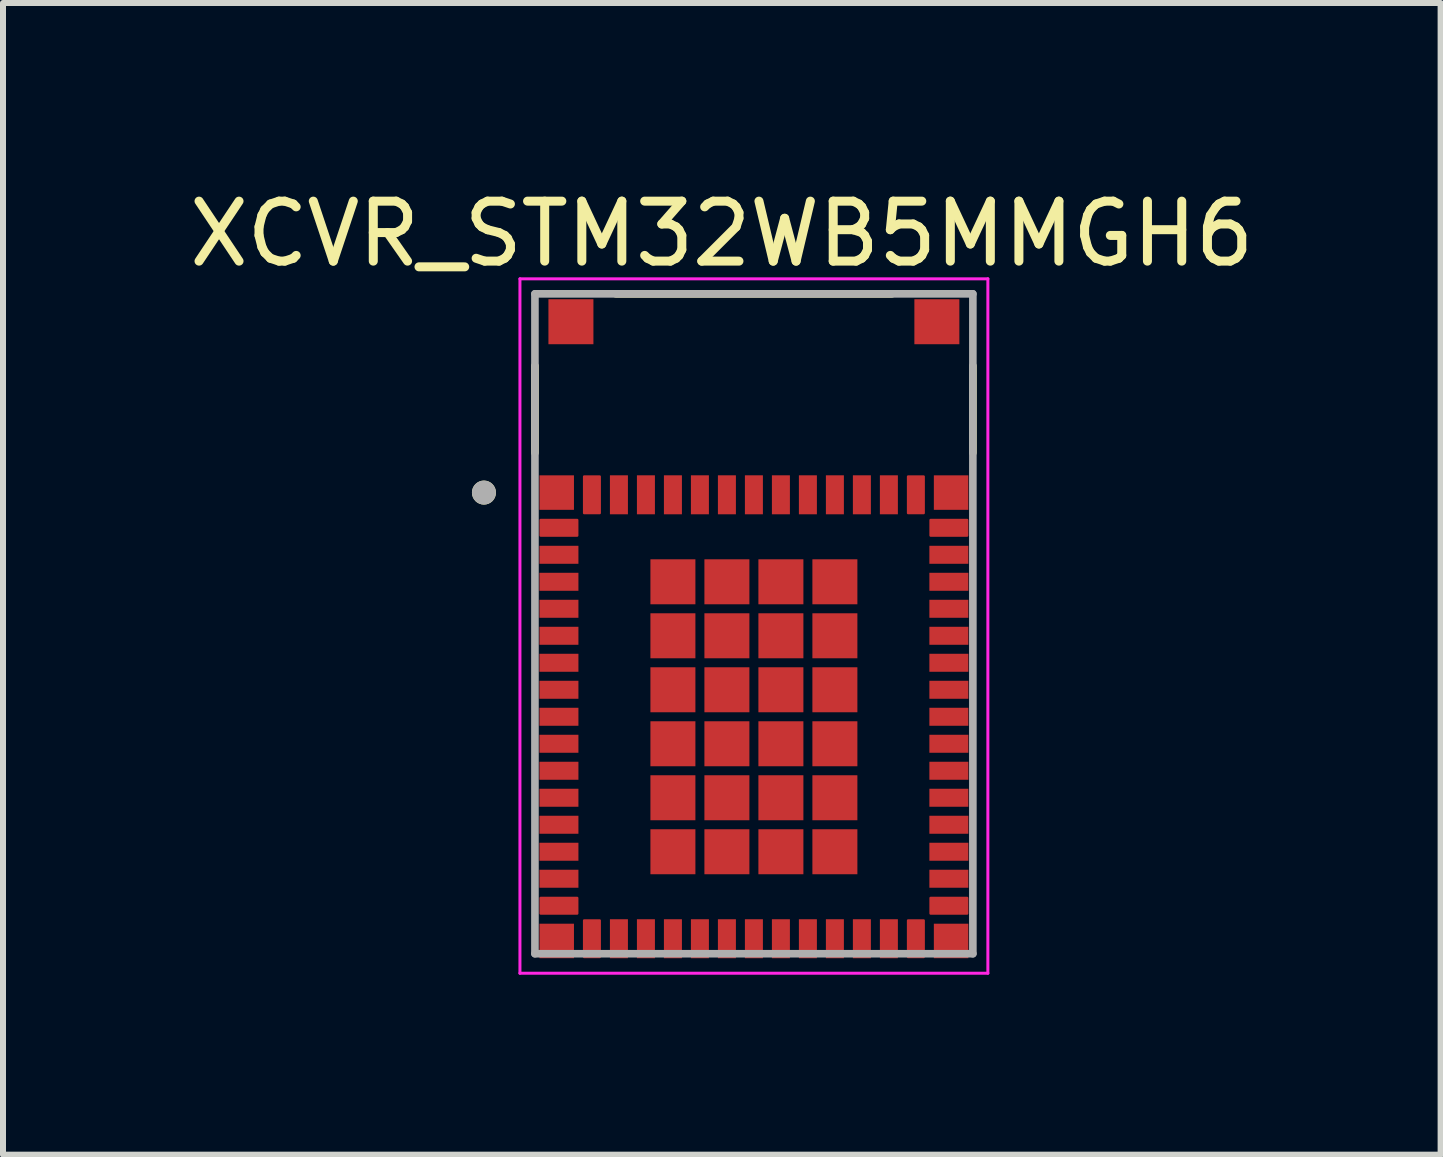
<source format=kicad_pcb>
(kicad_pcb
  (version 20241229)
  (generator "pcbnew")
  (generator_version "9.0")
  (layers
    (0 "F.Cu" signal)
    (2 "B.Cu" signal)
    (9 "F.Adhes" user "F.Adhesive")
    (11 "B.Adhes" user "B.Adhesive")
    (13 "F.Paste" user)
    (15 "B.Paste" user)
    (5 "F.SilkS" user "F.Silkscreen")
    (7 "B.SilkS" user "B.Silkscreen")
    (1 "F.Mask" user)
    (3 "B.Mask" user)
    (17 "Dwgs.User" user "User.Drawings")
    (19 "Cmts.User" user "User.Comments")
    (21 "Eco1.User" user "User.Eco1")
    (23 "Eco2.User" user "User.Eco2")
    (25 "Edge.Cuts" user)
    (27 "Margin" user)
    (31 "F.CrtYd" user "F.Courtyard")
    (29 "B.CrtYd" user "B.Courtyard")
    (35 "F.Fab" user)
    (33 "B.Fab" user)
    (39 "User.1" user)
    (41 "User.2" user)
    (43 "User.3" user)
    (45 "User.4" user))
  (footprint "XCVR_STM32WB5MMGH6"
    (layer "F.Cu")
    (at 9.517 7.348)
    (property "Reference" "XCVR_STM32WB5MMGH6" (at -0.535 -6.5 0) (layer "F.SilkS") (effects (font (size 1 1) (thickness 0.15))))
    (attr smd)
    (fp_poly (pts (xy -3.625 -1.35) (xy -2.875 -1.35) (xy -2.875 -0.95) (xy -3.625 -0.95)) (stroke (width 0.01) (type solid)) (fill yes) (layer "F.Mask"))
    (fp_poly (pts (xy -3.625 -0.9) (xy -2.875 -0.9) (xy -2.875 -0.5) (xy -3.625 -0.5)) (stroke (width 0.01) (type solid)) (fill yes) (layer "F.Mask"))
    (fp_poly (pts (xy -3.625 -0.45) (xy -2.875 -0.45) (xy -2.875 -0.05) (xy -3.625 -0.05)) (stroke (width 0.01) (type solid)) (fill yes) (layer "F.Mask"))
    (fp_poly (pts (xy -3.625 0) (xy -2.875 0) (xy -2.875 0.4) (xy -3.625 0.4)) (stroke (width 0.01) (type solid)) (fill yes) (layer "F.Mask"))
    (fp_poly (pts (xy -3.625 0.45) (xy -2.875 0.45) (xy -2.875 0.85) (xy -3.625 0.85)) (stroke (width 0.01) (type solid)) (fill yes) (layer "F.Mask"))
    (fp_poly (pts (xy -3.625 0.9) (xy -2.875 0.9) (xy -2.875 1.3) (xy -3.625 1.3)) (stroke (width 0.01) (type solid)) (fill yes) (layer "F.Mask"))
    (fp_poly (pts (xy -3.625 1.35) (xy -2.875 1.35) (xy -2.875 1.75) (xy -3.625 1.75)) (stroke (width 0.01) (type solid)) (fill yes) (layer "F.Mask"))
    (fp_poly (pts (xy -3.625 1.8) (xy -2.875 1.8) (xy -2.875 2.2) (xy -3.625 2.2)) (stroke (width 0.01) (type solid)) (fill yes) (layer "F.Mask"))
    (fp_poly (pts (xy -3.625 2.25) (xy -2.875 2.25) (xy -2.875 2.65) (xy -3.625 2.65)) (stroke (width 0.01) (type solid)) (fill yes) (layer "F.Mask"))
    (fp_poly (pts (xy -3.625 2.7) (xy -2.875 2.7) (xy -2.875 3.1) (xy -3.625 3.1)) (stroke (width 0.01) (type solid)) (fill yes) (layer "F.Mask"))
    (fp_poly (pts (xy -3.625 3.15) (xy -2.875 3.15) (xy -2.875 3.55) (xy -3.625 3.55)) (stroke (width 0.01) (type solid)) (fill yes) (layer "F.Mask"))
    (fp_poly (pts (xy -3.625 3.6) (xy -2.875 3.6) (xy -2.875 4) (xy -3.625 4)) (stroke (width 0.01) (type solid)) (fill yes) (layer "F.Mask"))
    (fp_poly (pts (xy -3.625 4.05) (xy -2.875 4.05) (xy -2.875 4.45) (xy -3.625 4.45)) (stroke (width 0.01) (type solid)) (fill yes) (layer "F.Mask"))
    (fp_poly (pts (xy -3.624 -2.525) (xy -2.95 -2.525) (xy -2.95 -1.849) (xy -3.624 -1.849)) (stroke (width 0.01) (type solid)) (fill yes) (layer "F.Mask"))
    (fp_poly (pts (xy -3.624 4.949) (xy -2.95 4.949) (xy -2.95 5.625) (xy -3.624 5.625)) (stroke (width 0.01) (type solid)) (fill yes) (layer "F.Mask"))
    (fp_poly (pts (xy -2.45 -2.525) (xy -2.05 -2.525) (xy -2.05 -1.775) (xy -2.45 -1.775)) (stroke (width 0.01) (type solid)) (fill yes) (layer "F.Mask"))
    (fp_poly (pts (xy -2.45 4.875) (xy -2.05 4.875) (xy -2.05 5.625) (xy -2.45 5.625)) (stroke (width 0.01) (type solid)) (fill yes) (layer "F.Mask"))
    (fp_poly (pts (xy -2 -2.525) (xy -1.6 -2.525) (xy -1.6 -1.775) (xy -2 -1.775)) (stroke (width 0.01) (type solid)) (fill yes) (layer "F.Mask"))
    (fp_poly (pts (xy -2 4.875) (xy -1.6 4.875) (xy -1.6 5.625) (xy -2 5.625)) (stroke (width 0.01) (type solid)) (fill yes) (layer "F.Mask"))
    (fp_poly (pts (xy -1.775 -1.125) (xy -0.925 -1.125) (xy -0.925 -0.275) (xy -1.775 -0.275)) (stroke (width 0.01) (type solid)) (fill yes) (layer "F.Mask"))
    (fp_poly (pts (xy -1.775 -0.225) (xy -0.925 -0.225) (xy -0.925 0.625) (xy -1.775 0.625)) (stroke (width 0.01) (type solid)) (fill yes) (layer "F.Mask"))
    (fp_poly (pts (xy -1.775 0.675) (xy -0.925 0.675) (xy -0.925 1.525) (xy -1.775 1.525)) (stroke (width 0.01) (type solid)) (fill yes) (layer "F.Mask"))
    (fp_poly (pts (xy -1.775 1.575) (xy -0.925 1.575) (xy -0.925 2.425) (xy -1.775 2.425)) (stroke (width 0.01) (type solid)) (fill yes) (layer "F.Mask"))
    (fp_poly (pts (xy -1.775 2.475) (xy -0.925 2.475) (xy -0.925 3.325) (xy -1.775 3.325)) (stroke (width 0.01) (type solid)) (fill yes) (layer "F.Mask"))
    (fp_poly (pts (xy -1.775 3.375) (xy -0.925 3.375) (xy -0.925 4.225) (xy -1.775 4.225)) (stroke (width 0.01) (type solid)) (fill yes) (layer "F.Mask"))
    (fp_poly (pts (xy -1.55 -2.525) (xy -1.15 -2.525) (xy -1.15 -1.775) (xy -1.55 -1.775)) (stroke (width 0.01) (type solid)) (fill yes) (layer "F.Mask"))
    (fp_poly (pts (xy -1.55 4.875) (xy -1.15 4.875) (xy -1.15 5.625) (xy -1.55 5.625)) (stroke (width 0.01) (type solid)) (fill yes) (layer "F.Mask"))
    (fp_poly (pts (xy -1.1 -2.525) (xy -0.7 -2.525) (xy -0.7 -1.775) (xy -1.1 -1.775)) (stroke (width 0.01) (type solid)) (fill yes) (layer "F.Mask"))
    (fp_poly (pts (xy -1.1 4.875) (xy -0.7 4.875) (xy -0.7 5.625) (xy -1.1 5.625)) (stroke (width 0.01) (type solid)) (fill yes) (layer "F.Mask"))
    (fp_poly (pts (xy -0.875 -1.125) (xy -0.025 -1.125) (xy -0.025 -0.275) (xy -0.875 -0.275)) (stroke (width 0.01) (type solid)) (fill yes) (layer "F.Mask"))
    (fp_poly (pts (xy -0.875 -0.225) (xy -0.025 -0.225) (xy -0.025 0.625) (xy -0.875 0.625)) (stroke (width 0.01) (type solid)) (fill yes) (layer "F.Mask"))
    (fp_poly (pts (xy -0.875 0.675) (xy -0.025 0.675) (xy -0.025 1.525) (xy -0.875 1.525)) (stroke (width 0.01) (type solid)) (fill yes) (layer "F.Mask"))
    (fp_poly (pts (xy -0.875 1.575) (xy -0.025 1.575) (xy -0.025 2.425) (xy -0.875 2.425)) (stroke (width 0.01) (type solid)) (fill yes) (layer "F.Mask"))
    (fp_poly (pts (xy -0.875 2.475) (xy -0.025 2.475) (xy -0.025 3.325) (xy -0.875 3.325)) (stroke (width 0.01) (type solid)) (fill yes) (layer "F.Mask"))
    (fp_poly (pts (xy -0.875 3.375) (xy -0.025 3.375) (xy -0.025 4.225) (xy -0.875 4.225)) (stroke (width 0.01) (type solid)) (fill yes) (layer "F.Mask"))
    (fp_poly (pts (xy -0.65 -2.525) (xy -0.25 -2.525) (xy -0.25 -1.775) (xy -0.65 -1.775)) (stroke (width 0.01) (type solid)) (fill yes) (layer "F.Mask"))
    (fp_poly (pts (xy -0.65 4.875) (xy -0.25 4.875) (xy -0.25 5.625) (xy -0.65 5.625)) (stroke (width 0.01) (type solid)) (fill yes) (layer "F.Mask"))
    (fp_poly (pts (xy -0.2 -2.525) (xy 0.2 -2.525) (xy 0.2 -1.775) (xy -0.2 -1.775)) (stroke (width 0.01) (type solid)) (fill yes) (layer "F.Mask"))
    (fp_poly (pts (xy -0.2 4.875) (xy 0.2 4.875) (xy 0.2 5.625) (xy -0.2 5.625)) (stroke (width 0.01) (type solid)) (fill yes) (layer "F.Mask"))
    (fp_poly (pts (xy 0.025 -1.125) (xy 0.875 -1.125) (xy 0.875 -0.275) (xy 0.025 -0.275)) (stroke (width 0.01) (type solid)) (fill yes) (layer "F.Mask"))
    (fp_poly (pts (xy 0.025 -0.225) (xy 0.875 -0.225) (xy 0.875 0.625) (xy 0.025 0.625)) (stroke (width 0.01) (type solid)) (fill yes) (layer "F.Mask"))
    (fp_poly (pts (xy 0.025 0.675) (xy 0.875 0.675) (xy 0.875 1.525) (xy 0.025 1.525)) (stroke (width 0.01) (type solid)) (fill yes) (layer "F.Mask"))
    (fp_poly (pts (xy 0.025 1.575) (xy 0.875 1.575) (xy 0.875 2.425) (xy 0.025 2.425)) (stroke (width 0.01) (type solid)) (fill yes) (layer "F.Mask"))
    (fp_poly (pts (xy 0.025 2.475) (xy 0.875 2.475) (xy 0.875 3.325) (xy 0.025 3.325)) (stroke (width 0.01) (type solid)) (fill yes) (layer "F.Mask"))
    (fp_poly (pts (xy 0.025 3.375) (xy 0.875 3.375) (xy 0.875 4.225) (xy 0.025 4.225)) (stroke (width 0.01) (type solid)) (fill yes) (layer "F.Mask"))
    (fp_poly (pts (xy 0.25 -2.525) (xy 0.65 -2.525) (xy 0.65 -1.775) (xy 0.25 -1.775)) (stroke (width 0.01) (type solid)) (fill yes) (layer "F.Mask"))
    (fp_poly (pts (xy 0.25 4.875) (xy 0.65 4.875) (xy 0.65 5.625) (xy 0.25 5.625)) (stroke (width 0.01) (type solid)) (fill yes) (layer "F.Mask"))
    (fp_poly (pts (xy 0.7 -2.525) (xy 1.1 -2.525) (xy 1.1 -1.775) (xy 0.7 -1.775)) (stroke (width 0.01) (type solid)) (fill yes) (layer "F.Mask"))
    (fp_poly (pts (xy 0.7 4.875) (xy 1.1 4.875) (xy 1.1 5.625) (xy 0.7 5.625)) (stroke (width 0.01) (type solid)) (fill yes) (layer "F.Mask"))
    (fp_poly (pts (xy 0.925 -1.125) (xy 1.775 -1.125) (xy 1.775 -0.275) (xy 0.925 -0.275)) (stroke (width 0.01) (type solid)) (fill yes) (layer "F.Mask"))
    (fp_poly (pts (xy 0.925 -0.225) (xy 1.775 -0.225) (xy 1.775 0.625) (xy 0.925 0.625)) (stroke (width 0.01) (type solid)) (fill yes) (layer "F.Mask"))
    (fp_poly (pts (xy 0.925 0.675) (xy 1.775 0.675) (xy 1.775 1.525) (xy 0.925 1.525)) (stroke (width 0.01) (type solid)) (fill yes) (layer "F.Mask"))
    (fp_poly (pts (xy 0.925 1.575) (xy 1.775 1.575) (xy 1.775 2.425) (xy 0.925 2.425)) (stroke (width 0.01) (type solid)) (fill yes) (layer "F.Mask"))
    (fp_poly (pts (xy 0.925 2.475) (xy 1.775 2.475) (xy 1.775 3.325) (xy 0.925 3.325)) (stroke (width 0.01) (type solid)) (fill yes) (layer "F.Mask"))
    (fp_poly (pts (xy 0.925 3.375) (xy 1.775 3.375) (xy 1.775 4.225) (xy 0.925 4.225)) (stroke (width 0.01) (type solid)) (fill yes) (layer "F.Mask"))
    (fp_poly (pts (xy 1.15 -2.525) (xy 1.55 -2.525) (xy 1.55 -1.775) (xy 1.15 -1.775)) (stroke (width 0.01) (type solid)) (fill yes) (layer "F.Mask"))
    (fp_poly (pts (xy 1.15 4.875) (xy 1.55 4.875) (xy 1.55 5.625) (xy 1.15 5.625)) (stroke (width 0.01) (type solid)) (fill yes) (layer "F.Mask"))
    (fp_poly (pts (xy 1.6 -2.525) (xy 2 -2.525) (xy 2 -1.775) (xy 1.6 -1.775)) (stroke (width 0.01) (type solid)) (fill yes) (layer "F.Mask"))
    (fp_poly (pts (xy 1.6 4.875) (xy 2 4.875) (xy 2 5.625) (xy 1.6 5.625)) (stroke (width 0.01) (type solid)) (fill yes) (layer "F.Mask"))
    (fp_poly (pts (xy 2.05 -2.525) (xy 2.45 -2.525) (xy 2.45 -1.775) (xy 2.05 -1.775)) (stroke (width 0.01) (type solid)) (fill yes) (layer "F.Mask"))
    (fp_poly (pts (xy 2.05 4.875) (xy 2.45 4.875) (xy 2.45 5.625) (xy 2.05 5.625)) (stroke (width 0.01) (type solid)) (fill yes) (layer "F.Mask"))
    (fp_poly (pts (xy 2.875 -1.35) (xy 3.625 -1.35) (xy 3.625 -0.95) (xy 2.875 -0.95)) (stroke (width 0.01) (type solid)) (fill yes) (layer "F.Mask"))
    (fp_poly (pts (xy 2.875 -0.9) (xy 3.625 -0.9) (xy 3.625 -0.5) (xy 2.875 -0.5)) (stroke (width 0.01) (type solid)) (fill yes) (layer "F.Mask"))
    (fp_poly (pts (xy 2.875 -0.45) (xy 3.625 -0.45) (xy 3.625 -0.05) (xy 2.875 -0.05)) (stroke (width 0.01) (type solid)) (fill yes) (layer "F.Mask"))
    (fp_poly (pts (xy 2.875 0) (xy 3.625 0) (xy 3.625 0.4) (xy 2.875 0.4)) (stroke (width 0.01) (type solid)) (fill yes) (layer "F.Mask"))
    (fp_poly (pts (xy 2.875 0.45) (xy 3.625 0.45) (xy 3.625 0.85) (xy 2.875 0.85)) (stroke (width 0.01) (type solid)) (fill yes) (layer "F.Mask"))
    (fp_poly (pts (xy 2.875 0.9) (xy 3.625 0.9) (xy 3.625 1.3) (xy 2.875 1.3)) (stroke (width 0.01) (type solid)) (fill yes) (layer "F.Mask"))
    (fp_poly (pts (xy 2.875 1.35) (xy 3.625 1.35) (xy 3.625 1.75) (xy 2.875 1.75)) (stroke (width 0.01) (type solid)) (fill yes) (layer "F.Mask"))
    (fp_poly (pts (xy 2.875 1.8) (xy 3.625 1.8) (xy 3.625 2.2) (xy 2.875 2.2)) (stroke (width 0.01) (type solid)) (fill yes) (layer "F.Mask"))
    (fp_poly (pts (xy 2.875 2.25) (xy 3.625 2.25) (xy 3.625 2.65) (xy 2.875 2.65)) (stroke (width 0.01) (type solid)) (fill yes) (layer "F.Mask"))
    (fp_poly (pts (xy 2.875 2.7) (xy 3.625 2.7) (xy 3.625 3.1) (xy 2.875 3.1)) (stroke (width 0.01) (type solid)) (fill yes) (layer "F.Mask"))
    (fp_poly (pts (xy 2.875 3.15) (xy 3.625 3.15) (xy 3.625 3.55) (xy 2.875 3.55)) (stroke (width 0.01) (type solid)) (fill yes) (layer "F.Mask"))
    (fp_poly (pts (xy 2.875 3.6) (xy 3.625 3.6) (xy 3.625 4) (xy 2.875 4)) (stroke (width 0.01) (type solid)) (fill yes) (layer "F.Mask"))
    (fp_poly (pts (xy 2.875 4.05) (xy 3.625 4.05) (xy 3.625 4.45) (xy 2.875 4.45)) (stroke (width 0.01) (type solid)) (fill yes) (layer "F.Mask"))
    (fp_poly (pts (xy 2.95 -2.525) (xy 3.624 -2.525) (xy 3.624 -1.849) (xy 2.95 -1.849)) (stroke (width 0.01) (type solid)) (fill yes) (layer "F.Mask"))
    (fp_poly (pts (xy 2.95 4.949) (xy 3.624 4.949) (xy 3.624 5.625) (xy 2.95 5.625)) (stroke (width 0.01) (type solid)) (fill yes) (layer "F.Mask"))
    (fp_poly (pts (xy -3.625 -1.5) (xy -3.625 -1.7) (xy -3.625 -1.705) (xy -3.624 -1.71) (xy -3.624 -1.716) (xy -3.623 -1.721) (xy -3.622 -1.726) (xy -3.62 -1.731) (xy -3.618 -1.736) (xy -3.616 -1.741) (xy -3.614 -1.745) (xy -3.612 -1.75) (xy -3.609 -1.754) (xy -3.606 -1.759) (xy -3.603 -1.763) (xy -3.599 -1.767) (xy -3.596 -1.771) (xy -3.592 -1.774) (xy -3.588 -1.778) (xy -3.584 -1.781) (xy -3.579 -1.784) (xy -3.575 -1.787) (xy -3.57 -1.789) (xy -3.566 -1.791) (xy -3.561 -1.793) (xy -3.556 -1.795) (xy -3.551 -1.797) (xy -3.546 -1.798) (xy -3.541 -1.799) (xy -3.535 -1.799) (xy -3.53 -1.8) (xy -3.525 -1.8) (xy -2.975 -1.8) (xy -2.97 -1.8) (xy -2.965 -1.799) (xy -2.959 -1.799) (xy -2.954 -1.798) (xy -2.949 -1.797) (xy -2.944 -1.795) (xy -2.939 -1.793) (xy -2.934 -1.791) (xy -2.93 -1.789) (xy -2.925 -1.787) (xy -2.921 -1.784) (xy -2.916 -1.781) (xy -2.912 -1.778) (xy -2.908 -1.774) (xy -2.904 -1.771) (xy -2.901 -1.767) (xy -2.897 -1.763) (xy -2.894 -1.759) (xy -2.891 -1.754) (xy -2.888 -1.75) (xy -2.886 -1.745) (xy -2.884 -1.741) (xy -2.882 -1.736) (xy -2.88 -1.731) (xy -2.878 -1.726) (xy -2.877 -1.721) (xy -2.876 -1.716) (xy -2.876 -1.71) (xy -2.875 -1.705) (xy -2.875 -1.7) (xy -2.875 -1.5) (xy -2.875 -1.495) (xy -2.876 -1.49) (xy -2.876 -1.484) (xy -2.877 -1.479) (xy -2.878 -1.474) (xy -2.88 -1.469) (xy -2.882 -1.464) (xy -2.884 -1.459) (xy -2.886 -1.455) (xy -2.888 -1.45) (xy -2.891 -1.446) (xy -2.894 -1.441) (xy -2.897 -1.437) (xy -2.901 -1.433) (xy -2.904 -1.429) (xy -2.908 -1.426) (xy -2.912 -1.422) (xy -2.916 -1.419) (xy -2.921 -1.416) (xy -2.925 -1.413) (xy -2.93 -1.411) (xy -2.934 -1.409) (xy -2.939 -1.407) (xy -2.944 -1.405) (xy -2.949 -1.403) (xy -2.954 -1.402) (xy -2.959 -1.401) (xy -2.965 -1.401) (xy -2.97 -1.4) (xy -2.975 -1.4) (xy -3.525 -1.4) (xy -3.53 -1.4) (xy -3.535 -1.401) (xy -3.541 -1.401) (xy -3.546 -1.402) (xy -3.551 -1.403) (xy -3.556 -1.405) (xy -3.561 -1.407) (xy -3.566 -1.409) (xy -3.57 -1.411) (xy -3.575 -1.413) (xy -3.579 -1.416) (xy -3.584 -1.419) (xy -3.588 -1.422) (xy -3.592 -1.426) (xy -3.596 -1.429) (xy -3.599 -1.433) (xy -3.603 -1.437) (xy -3.606 -1.441) (xy -3.609 -1.446) (xy -3.612 -1.45) (xy -3.614 -1.455) (xy -3.616 -1.459) (xy -3.618 -1.464) (xy -3.62 -1.469) (xy -3.622 -1.474) (xy -3.623 -1.479) (xy -3.624 -1.484) (xy -3.624 -1.49) (xy -3.625 -1.495) (xy -3.625 -1.5)) (stroke (width 0.01) (type solid)) (fill yes) (layer "F.Mask"))
    (fp_poly (pts (xy -3.625 4.8) (xy -3.625 4.6) (xy -3.625 4.595) (xy -3.624 4.59) (xy -3.624 4.584) (xy -3.623 4.579) (xy -3.622 4.574) (xy -3.62 4.569) (xy -3.618 4.564) (xy -3.616 4.559) (xy -3.614 4.555) (xy -3.612 4.55) (xy -3.609 4.546) (xy -3.606 4.541) (xy -3.603 4.537) (xy -3.599 4.533) (xy -3.596 4.529) (xy -3.592 4.526) (xy -3.588 4.522) (xy -3.584 4.519) (xy -3.579 4.516) (xy -3.575 4.513) (xy -3.57 4.511) (xy -3.566 4.509) (xy -3.561 4.507) (xy -3.556 4.505) (xy -3.551 4.503) (xy -3.546 4.502) (xy -3.541 4.501) (xy -3.535 4.501) (xy -3.53 4.5) (xy -3.525 4.5) (xy -2.975 4.5) (xy -2.97 4.5) (xy -2.965 4.501) (xy -2.959 4.501) (xy -2.954 4.502) (xy -2.949 4.503) (xy -2.944 4.505) (xy -2.939 4.507) (xy -2.934 4.509) (xy -2.93 4.511) (xy -2.925 4.513) (xy -2.921 4.516) (xy -2.916 4.519) (xy -2.912 4.522) (xy -2.908 4.526) (xy -2.904 4.529) (xy -2.901 4.533) (xy -2.897 4.537) (xy -2.894 4.541) (xy -2.891 4.546) (xy -2.888 4.55) (xy -2.886 4.555) (xy -2.884 4.559) (xy -2.882 4.564) (xy -2.88 4.569) (xy -2.878 4.574) (xy -2.877 4.579) (xy -2.876 4.584) (xy -2.876 4.59) (xy -2.875 4.595) (xy -2.875 4.6) (xy -2.875 4.8) (xy -2.875 4.805) (xy -2.876 4.81) (xy -2.876 4.816) (xy -2.877 4.821) (xy -2.878 4.826) (xy -2.88 4.831) (xy -2.882 4.836) (xy -2.884 4.841) (xy -2.886 4.845) (xy -2.888 4.85) (xy -2.891 4.854) (xy -2.894 4.859) (xy -2.897 4.863) (xy -2.901 4.867) (xy -2.904 4.871) (xy -2.908 4.874) (xy -2.912 4.878) (xy -2.916 4.881) (xy -2.921 4.884) (xy -2.925 4.887) (xy -2.93 4.889) (xy -2.934 4.891) (xy -2.939 4.893) (xy -2.944 4.895) (xy -2.949 4.897) (xy -2.954 4.898) (xy -2.959 4.899) (xy -2.965 4.899) (xy -2.97 4.9) (xy -2.975 4.9) (xy -3.525 4.9) (xy -3.53 4.9) (xy -3.535 4.899) (xy -3.541 4.899) (xy -3.546 4.898) (xy -3.551 4.897) (xy -3.556 4.895) (xy -3.561 4.893) (xy -3.566 4.891) (xy -3.57 4.889) (xy -3.575 4.887) (xy -3.579 4.884) (xy -3.584 4.881) (xy -3.588 4.878) (xy -3.592 4.874) (xy -3.596 4.871) (xy -3.599 4.867) (xy -3.603 4.863) (xy -3.606 4.859) (xy -3.609 4.854) (xy -3.612 4.85) (xy -3.614 4.845) (xy -3.616 4.841) (xy -3.618 4.836) (xy -3.62 4.831) (xy -3.622 4.826) (xy -3.623 4.821) (xy -3.624 4.816) (xy -3.624 4.81) (xy -3.625 4.805) (xy -3.625 4.8)) (stroke (width 0.01) (type solid)) (fill yes) (layer "F.Mask"))
    (fp_poly (pts (xy -2.6 -1.775) (xy -2.8 -1.775) (xy -2.805 -1.775) (xy -2.81 -1.776) (xy -2.816 -1.776) (xy -2.821 -1.777) (xy -2.826 -1.778) (xy -2.831 -1.78) (xy -2.836 -1.782) (xy -2.841 -1.784) (xy -2.845 -1.786) (xy -2.85 -1.788) (xy -2.854 -1.791) (xy -2.859 -1.794) (xy -2.863 -1.797) (xy -2.867 -1.801) (xy -2.871 -1.804) (xy -2.874 -1.808) (xy -2.878 -1.812) (xy -2.881 -1.816) (xy -2.884 -1.821) (xy -2.887 -1.825) (xy -2.889 -1.83) (xy -2.891 -1.834) (xy -2.893 -1.839) (xy -2.895 -1.844) (xy -2.897 -1.849) (xy -2.898 -1.854) (xy -2.899 -1.859) (xy -2.899 -1.865) (xy -2.9 -1.87) (xy -2.9 -1.875) (xy -2.9 -2.425) (xy -2.9 -2.43) (xy -2.899 -2.435) (xy -2.899 -2.441) (xy -2.898 -2.446) (xy -2.897 -2.451) (xy -2.895 -2.456) (xy -2.893 -2.461) (xy -2.891 -2.466) (xy -2.889 -2.47) (xy -2.887 -2.475) (xy -2.884 -2.479) (xy -2.881 -2.484) (xy -2.878 -2.488) (xy -2.874 -2.492) (xy -2.871 -2.496) (xy -2.867 -2.499) (xy -2.863 -2.503) (xy -2.859 -2.506) (xy -2.854 -2.509) (xy -2.85 -2.512) (xy -2.845 -2.514) (xy -2.841 -2.516) (xy -2.836 -2.518) (xy -2.831 -2.52) (xy -2.826 -2.522) (xy -2.821 -2.523) (xy -2.816 -2.524) (xy -2.81 -2.524) (xy -2.805 -2.525) (xy -2.8 -2.525) (xy -2.6 -2.525) (xy -2.595 -2.525) (xy -2.59 -2.524) (xy -2.584 -2.524) (xy -2.579 -2.523) (xy -2.574 -2.522) (xy -2.569 -2.52) (xy -2.564 -2.518) (xy -2.559 -2.516) (xy -2.555 -2.514) (xy -2.55 -2.512) (xy -2.546 -2.509) (xy -2.541 -2.506) (xy -2.537 -2.503) (xy -2.533 -2.499) (xy -2.529 -2.496) (xy -2.526 -2.492) (xy -2.522 -2.488) (xy -2.519 -2.484) (xy -2.516 -2.479) (xy -2.513 -2.475) (xy -2.511 -2.47) (xy -2.509 -2.466) (xy -2.507 -2.461) (xy -2.505 -2.456) (xy -2.503 -2.451) (xy -2.502 -2.446) (xy -2.501 -2.441) (xy -2.501 -2.435) (xy -2.5 -2.43) (xy -2.5 -2.425) (xy -2.5 -1.875) (xy -2.5 -1.87) (xy -2.501 -1.865) (xy -2.501 -1.859) (xy -2.502 -1.854) (xy -2.503 -1.849) (xy -2.505 -1.844) (xy -2.507 -1.839) (xy -2.509 -1.834) (xy -2.511 -1.83) (xy -2.513 -1.825) (xy -2.516 -1.821) (xy -2.519 -1.816) (xy -2.522 -1.812) (xy -2.526 -1.808) (xy -2.529 -1.804) (xy -2.533 -1.801) (xy -2.537 -1.797) (xy -2.541 -1.794) (xy -2.546 -1.791) (xy -2.55 -1.788) (xy -2.555 -1.786) (xy -2.559 -1.784) (xy -2.564 -1.782) (xy -2.569 -1.78) (xy -2.574 -1.778) (xy -2.579 -1.777) (xy -2.584 -1.776) (xy -2.59 -1.776) (xy -2.595 -1.775) (xy -2.6 -1.775)) (stroke (width 0.01) (type solid)) (fill yes) (layer "F.Mask"))
    (fp_poly (pts (xy -2.6 5.625) (xy -2.8 5.625) (xy -2.805 5.625) (xy -2.81 5.624) (xy -2.816 5.624) (xy -2.821 5.623) (xy -2.826 5.622) (xy -2.831 5.62) (xy -2.836 5.618) (xy -2.841 5.616) (xy -2.845 5.614) (xy -2.85 5.612) (xy -2.854 5.609) (xy -2.859 5.606) (xy -2.863 5.603) (xy -2.867 5.599) (xy -2.871 5.596) (xy -2.874 5.592) (xy -2.878 5.588) (xy -2.881 5.584) (xy -2.884 5.579) (xy -2.887 5.575) (xy -2.889 5.57) (xy -2.891 5.566) (xy -2.893 5.561) (xy -2.895 5.556) (xy -2.897 5.551) (xy -2.898 5.546) (xy -2.899 5.541) (xy -2.899 5.535) (xy -2.9 5.53) (xy -2.9 5.525) (xy -2.9 4.975) (xy -2.9 4.97) (xy -2.899 4.965) (xy -2.899 4.959) (xy -2.898 4.954) (xy -2.897 4.949) (xy -2.895 4.944) (xy -2.893 4.939) (xy -2.891 4.934) (xy -2.889 4.93) (xy -2.887 4.925) (xy -2.884 4.921) (xy -2.881 4.916) (xy -2.878 4.912) (xy -2.874 4.908) (xy -2.871 4.904) (xy -2.867 4.901) (xy -2.863 4.897) (xy -2.859 4.894) (xy -2.854 4.891) (xy -2.85 4.888) (xy -2.845 4.886) (xy -2.841 4.884) (xy -2.836 4.882) (xy -2.831 4.88) (xy -2.826 4.878) (xy -2.821 4.877) (xy -2.816 4.876) (xy -2.81 4.876) (xy -2.805 4.875) (xy -2.8 4.875) (xy -2.6 4.875) (xy -2.595 4.875) (xy -2.59 4.876) (xy -2.584 4.876) (xy -2.579 4.877) (xy -2.574 4.878) (xy -2.569 4.88) (xy -2.564 4.882) (xy -2.559 4.884) (xy -2.555 4.886) (xy -2.55 4.888) (xy -2.546 4.891) (xy -2.541 4.894) (xy -2.537 4.897) (xy -2.533 4.901) (xy -2.529 4.904) (xy -2.526 4.908) (xy -2.522 4.912) (xy -2.519 4.916) (xy -2.516 4.921) (xy -2.513 4.925) (xy -2.511 4.93) (xy -2.509 4.934) (xy -2.507 4.939) (xy -2.505 4.944) (xy -2.503 4.949) (xy -2.502 4.954) (xy -2.501 4.959) (xy -2.501 4.965) (xy -2.5 4.97) (xy -2.5 4.975) (xy -2.5 5.525) (xy -2.5 5.53) (xy -2.501 5.535) (xy -2.501 5.541) (xy -2.502 5.546) (xy -2.503 5.551) (xy -2.505 5.556) (xy -2.507 5.561) (xy -2.509 5.566) (xy -2.511 5.57) (xy -2.513 5.575) (xy -2.516 5.579) (xy -2.519 5.584) (xy -2.522 5.588) (xy -2.526 5.592) (xy -2.529 5.596) (xy -2.533 5.599) (xy -2.537 5.603) (xy -2.541 5.606) (xy -2.546 5.609) (xy -2.55 5.612) (xy -2.555 5.614) (xy -2.559 5.616) (xy -2.564 5.618) (xy -2.569 5.62) (xy -2.574 5.622) (xy -2.579 5.623) (xy -2.584 5.624) (xy -2.59 5.624) (xy -2.595 5.625) (xy -2.6 5.625)) (stroke (width 0.01) (type solid)) (fill yes) (layer "F.Mask"))
    (fp_poly (pts (xy 2.8 -1.775) (xy 2.6 -1.775) (xy 2.595 -1.775) (xy 2.59 -1.776) (xy 2.584 -1.776) (xy 2.579 -1.777) (xy 2.574 -1.778) (xy 2.569 -1.78) (xy 2.564 -1.782) (xy 2.559 -1.784) (xy 2.555 -1.786) (xy 2.55 -1.788) (xy 2.546 -1.791) (xy 2.541 -1.794) (xy 2.537 -1.797) (xy 2.533 -1.801) (xy 2.529 -1.804) (xy 2.526 -1.808) (xy 2.522 -1.812) (xy 2.519 -1.816) (xy 2.516 -1.821) (xy 2.513 -1.825) (xy 2.511 -1.83) (xy 2.509 -1.834) (xy 2.507 -1.839) (xy 2.505 -1.844) (xy 2.503 -1.849) (xy 2.502 -1.854) (xy 2.501 -1.859) (xy 2.501 -1.865) (xy 2.5 -1.87) (xy 2.5 -1.875) (xy 2.5 -2.425) (xy 2.5 -2.43) (xy 2.501 -2.435) (xy 2.501 -2.441) (xy 2.502 -2.446) (xy 2.503 -2.451) (xy 2.505 -2.456) (xy 2.507 -2.461) (xy 2.509 -2.466) (xy 2.511 -2.47) (xy 2.513 -2.475) (xy 2.516 -2.479) (xy 2.519 -2.484) (xy 2.522 -2.488) (xy 2.526 -2.492) (xy 2.529 -2.496) (xy 2.533 -2.499) (xy 2.537 -2.503) (xy 2.541 -2.506) (xy 2.546 -2.509) (xy 2.55 -2.512) (xy 2.555 -2.514) (xy 2.559 -2.516) (xy 2.564 -2.518) (xy 2.569 -2.52) (xy 2.574 -2.522) (xy 2.579 -2.523) (xy 2.584 -2.524) (xy 2.59 -2.524) (xy 2.595 -2.525) (xy 2.6 -2.525) (xy 2.8 -2.525) (xy 2.805 -2.525) (xy 2.81 -2.524) (xy 2.816 -2.524) (xy 2.821 -2.523) (xy 2.826 -2.522) (xy 2.831 -2.52) (xy 2.836 -2.518) (xy 2.841 -2.516) (xy 2.845 -2.514) (xy 2.85 -2.512) (xy 2.854 -2.509) (xy 2.859 -2.506) (xy 2.863 -2.503) (xy 2.867 -2.499) (xy 2.871 -2.496) (xy 2.874 -2.492) (xy 2.878 -2.488) (xy 2.881 -2.484) (xy 2.884 -2.479) (xy 2.887 -2.475) (xy 2.889 -2.47) (xy 2.891 -2.466) (xy 2.893 -2.461) (xy 2.895 -2.456) (xy 2.897 -2.451) (xy 2.898 -2.446) (xy 2.899 -2.441) (xy 2.899 -2.435) (xy 2.9 -2.43) (xy 2.9 -2.425) (xy 2.9 -1.875) (xy 2.9 -1.87) (xy 2.899 -1.865) (xy 2.899 -1.859) (xy 2.898 -1.854) (xy 2.897 -1.849) (xy 2.895 -1.844) (xy 2.893 -1.839) (xy 2.891 -1.834) (xy 2.889 -1.83) (xy 2.887 -1.825) (xy 2.884 -1.821) (xy 2.881 -1.816) (xy 2.878 -1.812) (xy 2.874 -1.808) (xy 2.871 -1.804) (xy 2.867 -1.801) (xy 2.863 -1.797) (xy 2.859 -1.794) (xy 2.854 -1.791) (xy 2.85 -1.788) (xy 2.845 -1.786) (xy 2.841 -1.784) (xy 2.836 -1.782) (xy 2.831 -1.78) (xy 2.826 -1.778) (xy 2.821 -1.777) (xy 2.816 -1.776) (xy 2.81 -1.776) (xy 2.805 -1.775) (xy 2.8 -1.775)) (stroke (width 0.01) (type solid)) (fill yes) (layer "F.Mask"))
    (fp_poly (pts (xy 2.8 5.625) (xy 2.6 5.625) (xy 2.595 5.625) (xy 2.59 5.624) (xy 2.584 5.624) (xy 2.579 5.623) (xy 2.574 5.622) (xy 2.569 5.62) (xy 2.564 5.618) (xy 2.559 5.616) (xy 2.555 5.614) (xy 2.55 5.612) (xy 2.546 5.609) (xy 2.541 5.606) (xy 2.537 5.603) (xy 2.533 5.599) (xy 2.529 5.596) (xy 2.526 5.592) (xy 2.522 5.588) (xy 2.519 5.584) (xy 2.516 5.579) (xy 2.513 5.575) (xy 2.511 5.57) (xy 2.509 5.566) (xy 2.507 5.561) (xy 2.505 5.556) (xy 2.503 5.551) (xy 2.502 5.546) (xy 2.501 5.541) (xy 2.501 5.535) (xy 2.5 5.53) (xy 2.5 5.525) (xy 2.5 4.975) (xy 2.5 4.97) (xy 2.501 4.965) (xy 2.501 4.959) (xy 2.502 4.954) (xy 2.503 4.949) (xy 2.505 4.944) (xy 2.507 4.939) (xy 2.509 4.934) (xy 2.511 4.93) (xy 2.513 4.925) (xy 2.516 4.921) (xy 2.519 4.916) (xy 2.522 4.912) (xy 2.526 4.908) (xy 2.529 4.904) (xy 2.533 4.901) (xy 2.537 4.897) (xy 2.541 4.894) (xy 2.546 4.891) (xy 2.55 4.888) (xy 2.555 4.886) (xy 2.559 4.884) (xy 2.564 4.882) (xy 2.569 4.88) (xy 2.574 4.878) (xy 2.579 4.877) (xy 2.584 4.876) (xy 2.59 4.876) (xy 2.595 4.875) (xy 2.6 4.875) (xy 2.8 4.875) (xy 2.805 4.875) (xy 2.81 4.876) (xy 2.816 4.876) (xy 2.821 4.877) (xy 2.826 4.878) (xy 2.831 4.88) (xy 2.836 4.882) (xy 2.841 4.884) (xy 2.845 4.886) (xy 2.85 4.888) (xy 2.854 4.891) (xy 2.859 4.894) (xy 2.863 4.897) (xy 2.867 4.901) (xy 2.871 4.904) (xy 2.874 4.908) (xy 2.878 4.912) (xy 2.881 4.916) (xy 2.884 4.921) (xy 2.887 4.925) (xy 2.889 4.93) (xy 2.891 4.934) (xy 2.893 4.939) (xy 2.895 4.944) (xy 2.897 4.949) (xy 2.898 4.954) (xy 2.899 4.959) (xy 2.899 4.965) (xy 2.9 4.97) (xy 2.9 4.975) (xy 2.9 5.525) (xy 2.9 5.53) (xy 2.899 5.535) (xy 2.899 5.541) (xy 2.898 5.546) (xy 2.897 5.551) (xy 2.895 5.556) (xy 2.893 5.561) (xy 2.891 5.566) (xy 2.889 5.57) (xy 2.887 5.575) (xy 2.884 5.579) (xy 2.881 5.584) (xy 2.878 5.588) (xy 2.874 5.592) (xy 2.871 5.596) (xy 2.867 5.599) (xy 2.863 5.603) (xy 2.859 5.606) (xy 2.854 5.609) (xy 2.85 5.612) (xy 2.845 5.614) (xy 2.841 5.616) (xy 2.836 5.618) (xy 2.831 5.62) (xy 2.826 5.622) (xy 2.821 5.623) (xy 2.816 5.624) (xy 2.81 5.624) (xy 2.805 5.625) (xy 2.8 5.625)) (stroke (width 0.01) (type solid)) (fill yes) (layer "F.Mask"))
    (fp_poly (pts (xy 2.875 -1.5) (xy 2.875 -1.7) (xy 2.875 -1.705) (xy 2.876 -1.71) (xy 2.876 -1.716) (xy 2.877 -1.721) (xy 2.878 -1.726) (xy 2.88 -1.731) (xy 2.882 -1.736) (xy 2.884 -1.741) (xy 2.886 -1.745) (xy 2.888 -1.75) (xy 2.891 -1.754) (xy 2.894 -1.759) (xy 2.897 -1.763) (xy 2.901 -1.767) (xy 2.904 -1.771) (xy 2.908 -1.774) (xy 2.912 -1.778) (xy 2.916 -1.781) (xy 2.921 -1.784) (xy 2.925 -1.787) (xy 2.93 -1.789) (xy 2.934 -1.791) (xy 2.939 -1.793) (xy 2.944 -1.795) (xy 2.949 -1.797) (xy 2.954 -1.798) (xy 2.959 -1.799) (xy 2.965 -1.799) (xy 2.97 -1.8) (xy 2.975 -1.8) (xy 3.525 -1.8) (xy 3.53 -1.8) (xy 3.535 -1.799) (xy 3.541 -1.799) (xy 3.546 -1.798) (xy 3.551 -1.797) (xy 3.556 -1.795) (xy 3.561 -1.793) (xy 3.566 -1.791) (xy 3.57 -1.789) (xy 3.575 -1.787) (xy 3.579 -1.784) (xy 3.584 -1.781) (xy 3.588 -1.778) (xy 3.592 -1.774) (xy 3.596 -1.771) (xy 3.599 -1.767) (xy 3.603 -1.763) (xy 3.606 -1.759) (xy 3.609 -1.754) (xy 3.612 -1.75) (xy 3.614 -1.745) (xy 3.616 -1.741) (xy 3.618 -1.736) (xy 3.62 -1.731) (xy 3.622 -1.726) (xy 3.623 -1.721) (xy 3.624 -1.716) (xy 3.624 -1.71) (xy 3.625 -1.705) (xy 3.625 -1.7) (xy 3.625 -1.5) (xy 3.625 -1.495) (xy 3.624 -1.49) (xy 3.624 -1.484) (xy 3.623 -1.479) (xy 3.622 -1.474) (xy 3.62 -1.469) (xy 3.618 -1.464) (xy 3.616 -1.459) (xy 3.614 -1.455) (xy 3.612 -1.45) (xy 3.609 -1.446) (xy 3.606 -1.441) (xy 3.603 -1.437) (xy 3.599 -1.433) (xy 3.596 -1.429) (xy 3.592 -1.426) (xy 3.588 -1.422) (xy 3.584 -1.419) (xy 3.579 -1.416) (xy 3.575 -1.413) (xy 3.57 -1.411) (xy 3.566 -1.409) (xy 3.561 -1.407) (xy 3.556 -1.405) (xy 3.551 -1.403) (xy 3.546 -1.402) (xy 3.541 -1.401) (xy 3.535 -1.401) (xy 3.53 -1.4) (xy 3.525 -1.4) (xy 2.975 -1.4) (xy 2.97 -1.4) (xy 2.965 -1.401) (xy 2.959 -1.401) (xy 2.954 -1.402) (xy 2.949 -1.403) (xy 2.944 -1.405) (xy 2.939 -1.407) (xy 2.934 -1.409) (xy 2.93 -1.411) (xy 2.925 -1.413) (xy 2.921 -1.416) (xy 2.916 -1.419) (xy 2.912 -1.422) (xy 2.908 -1.426) (xy 2.904 -1.429) (xy 2.901 -1.433) (xy 2.897 -1.437) (xy 2.894 -1.441) (xy 2.891 -1.446) (xy 2.888 -1.45) (xy 2.886 -1.455) (xy 2.884 -1.459) (xy 2.882 -1.464) (xy 2.88 -1.469) (xy 2.878 -1.474) (xy 2.877 -1.479) (xy 2.876 -1.484) (xy 2.876 -1.49) (xy 2.875 -1.495) (xy 2.875 -1.5)) (stroke (width 0.01) (type solid)) (fill yes) (layer "F.Mask"))
    (fp_poly (pts (xy 2.875 4.8) (xy 2.875 4.6) (xy 2.875 4.595) (xy 2.876 4.59) (xy 2.876 4.584) (xy 2.877 4.579) (xy 2.878 4.574) (xy 2.88 4.569) (xy 2.882 4.564) (xy 2.884 4.559) (xy 2.886 4.555) (xy 2.888 4.55) (xy 2.891 4.546) (xy 2.894 4.541) (xy 2.897 4.537) (xy 2.901 4.533) (xy 2.904 4.529) (xy 2.908 4.526) (xy 2.912 4.522) (xy 2.916 4.519) (xy 2.921 4.516) (xy 2.925 4.513) (xy 2.93 4.511) (xy 2.934 4.509) (xy 2.939 4.507) (xy 2.944 4.505) (xy 2.949 4.503) (xy 2.954 4.502) (xy 2.959 4.501) (xy 2.965 4.501) (xy 2.97 4.5) (xy 2.975 4.5) (xy 3.525 4.5) (xy 3.53 4.5) (xy 3.535 4.501) (xy 3.541 4.501) (xy 3.546 4.502) (xy 3.551 4.503) (xy 3.556 4.505) (xy 3.561 4.507) (xy 3.566 4.509) (xy 3.57 4.511) (xy 3.575 4.513) (xy 3.579 4.516) (xy 3.584 4.519) (xy 3.588 4.522) (xy 3.592 4.526) (xy 3.596 4.529) (xy 3.599 4.533) (xy 3.603 4.537) (xy 3.606 4.541) (xy 3.609 4.546) (xy 3.612 4.55) (xy 3.614 4.555) (xy 3.616 4.559) (xy 3.618 4.564) (xy 3.62 4.569) (xy 3.622 4.574) (xy 3.623 4.579) (xy 3.624 4.584) (xy 3.624 4.59) (xy 3.625 4.595) (xy 3.625 4.6) (xy 3.625 4.8) (xy 3.625 4.805) (xy 3.624 4.81) (xy 3.624 4.816) (xy 3.623 4.821) (xy 3.622 4.826) (xy 3.62 4.831) (xy 3.618 4.836) (xy 3.616 4.841) (xy 3.614 4.845) (xy 3.612 4.85) (xy 3.609 4.854) (xy 3.606 4.859) (xy 3.603 4.863) (xy 3.599 4.867) (xy 3.596 4.871) (xy 3.592 4.874) (xy 3.588 4.878) (xy 3.584 4.881) (xy 3.579 4.884) (xy 3.575 4.887) (xy 3.57 4.889) (xy 3.566 4.891) (xy 3.561 4.893) (xy 3.556 4.895) (xy 3.551 4.897) (xy 3.546 4.898) (xy 3.541 4.899) (xy 3.535 4.899) (xy 3.53 4.9) (xy 3.525 4.9) (xy 2.975 4.9) (xy 2.97 4.9) (xy 2.965 4.899) (xy 2.959 4.899) (xy 2.954 4.898) (xy 2.949 4.897) (xy 2.944 4.895) (xy 2.939 4.893) (xy 2.934 4.891) (xy 2.93 4.889) (xy 2.925 4.887) (xy 2.921 4.884) (xy 2.916 4.881) (xy 2.912 4.878) (xy 2.908 4.874) (xy 2.904 4.871) (xy 2.901 4.867) (xy 2.897 4.863) (xy 2.894 4.859) (xy 2.891 4.854) (xy 2.888 4.85) (xy 2.886 4.845) (xy 2.884 4.841) (xy 2.882 4.836) (xy 2.88 4.831) (xy 2.878 4.826) (xy 2.877 4.821) (xy 2.876 4.816) (xy 2.876 4.81) (xy 2.875 4.805) (xy 2.875 4.8)) (stroke (width 0.01) (type solid)) (fill yes) (layer "F.Mask"))
    (fp_line (start -3.65 -4.3) (end -3.65 -2.85) (stroke (width 0.127) (type solid)) (layer "F.SilkS"))
    (fp_line (start -2.3 -5.5) (end 2.3 -5.5) (stroke (width 0.127) (type solid)) (layer "F.SilkS"))
    (fp_line (start 3.65 -4.3) (end 3.65 -2.85) (stroke (width 0.127) (type solid)) (layer "F.SilkS"))
    (fp_circle (center -4.5 -2.187) (end -4.4 -2.187) (stroke (width 0.2) (type solid)) (fill no) (layer "F.SilkS"))
    (fp_line (start -3.9 -5.75) (end 3.9 -5.75) (stroke (width 0.05) (type solid)) (layer "F.CrtYd"))
    (fp_line (start -3.9 5.825) (end -3.9 -5.75) (stroke (width 0.05) (type solid)) (layer "F.CrtYd"))
    (fp_line (start 3.9 -5.75) (end 3.9 5.825) (stroke (width 0.05) (type solid)) (layer "F.CrtYd"))
    (fp_line (start 3.9 5.825) (end -3.9 5.825) (stroke (width 0.05) (type solid)) (layer "F.CrtYd"))
    (fp_line (start -3.65 -5.5) (end -3.65 5.5) (stroke (width 0.127) (type solid)) (layer "F.Fab"))
    (fp_line (start -3.65 -5.5) (end 3.65 -5.5) (stroke (width 0.127) (type solid)) (layer "F.Fab"))
    (fp_line (start -3.65 5.5) (end 3.65 5.5) (stroke (width 0.127) (type solid)) (layer "F.Fab"))
    (fp_line (start 3.65 -5.5) (end 3.65 5.5) (stroke (width 0.127) (type solid)) (layer "F.Fab"))
    (fp_circle (center -4.5 -2.187) (end -4.4 -2.187) (stroke (width 0.2) (type solid)) (fill no) (layer "F.Fab"))
    (pad "1" smd rect (at -3.287 -2.187) (size 0.575 0.575) (layers "F.Cu" "F.Paste"))
    (pad "2" smd roundrect (at -3.25 -1.6) (size 0.65 0.3) (layers "F.Cu" "F.Paste") (roundrect_rratio 0.07))
    (pad "3" smd rect (at -3.25 -1.15) (size 0.65 0.3) (layers "F.Cu" "F.Paste"))
    (pad "4" smd rect (at -3.25 -0.7) (size 0.65 0.3) (layers "F.Cu" "F.Paste"))
    (pad "5" smd rect (at -3.25 -0.25) (size 0.65 0.3) (layers "F.Cu" "F.Paste"))
    (pad "6" smd rect (at -3.25 0.2) (size 0.65 0.3) (layers "F.Cu" "F.Paste"))
    (pad "7" smd rect (at -3.25 0.65) (size 0.65 0.3) (layers "F.Cu" "F.Paste"))
    (pad "8" smd rect (at -3.25 1.1) (size 0.65 0.3) (layers "F.Cu" "F.Paste"))
    (pad "9" smd rect (at -3.25 1.55) (size 0.65 0.3) (layers "F.Cu" "F.Paste"))
    (pad "10" smd rect (at -3.25 2) (size 0.65 0.3) (layers "F.Cu" "F.Paste"))
    (pad "11" smd rect (at -3.25 2.45) (size 0.65 0.3) (layers "F.Cu" "F.Paste"))
    (pad "12" smd rect (at -3.25 2.9) (size 0.65 0.3) (layers "F.Cu" "F.Paste"))
    (pad "13" smd rect (at -3.25 3.35) (size 0.65 0.3) (layers "F.Cu" "F.Paste"))
    (pad "14" smd rect (at -3.25 3.8) (size 0.65 0.3) (layers "F.Cu" "F.Paste"))
    (pad "15" smd rect (at -3.25 4.25) (size 0.65 0.3) (layers "F.Cu" "F.Paste"))
    (pad "16" smd roundrect (at -3.25 4.7) (size 0.65 0.3) (layers "F.Cu" "F.Paste") (roundrect_rratio 0.07))
    (pad "17" smd rect (at -3.287 5.287) (size 0.575 0.575) (layers "F.Cu" "F.Paste"))
    (pad "18" smd roundrect (at -2.7 5.25 90) (size 0.65 0.3) (layers "F.Cu" "F.Paste") (roundrect_rratio 0.07))
    (pad "19" smd rect (at -2.25 5.25 90) (size 0.65 0.3) (layers "F.Cu" "F.Paste"))
    (pad "20" smd rect (at -1.8 5.25 90) (size 0.65 0.3) (layers "F.Cu" "F.Paste"))
    (pad "21" smd rect (at -1.35 5.25 90) (size 0.65 0.3) (layers "F.Cu" "F.Paste"))
    (pad "22" smd rect (at -0.9 5.25 90) (size 0.65 0.3) (layers "F.Cu" "F.Paste"))
    (pad "23" smd rect (at -0.45 5.25 90) (size 0.65 0.3) (layers "F.Cu" "F.Paste"))
    (pad "24" smd rect (at 0 5.25 90) (size 0.65 0.3) (layers "F.Cu" "F.Paste"))
    (pad "25" smd rect (at 0.45 5.25 90) (size 0.65 0.3) (layers "F.Cu" "F.Paste"))
    (pad "26" smd rect (at 0.9 5.25 90) (size 0.65 0.3) (layers "F.Cu" "F.Paste"))
    (pad "27" smd rect (at 1.35 5.25 90) (size 0.65 0.3) (layers "F.Cu" "F.Paste"))
    (pad "28" smd rect (at 1.8 5.25 90) (size 0.65 0.3) (layers "F.Cu" "F.Paste"))
    (pad "29" smd rect (at 2.25 5.25 90) (size 0.65 0.3) (layers "F.Cu" "F.Paste"))
    (pad "30" smd roundrect (at 2.7 5.25 90) (size 0.65 0.3) (layers "F.Cu" "F.Paste") (roundrect_rratio 0.07))
    (pad "31" smd rect (at 3.287 5.287) (size 0.575 0.575) (layers "F.Cu" "F.Paste"))
    (pad "32" smd roundrect (at 3.25 4.7) (size 0.65 0.3) (layers "F.Cu" "F.Paste") (roundrect_rratio 0.07))
    (pad "33" smd rect (at 3.25 4.25) (size 0.65 0.3) (layers "F.Cu" "F.Paste"))
    (pad "34" smd rect (at 3.25 3.8) (size 0.65 0.3) (layers "F.Cu" "F.Paste"))
    (pad "35" smd rect (at 3.25 3.35) (size 0.65 0.3) (layers "F.Cu" "F.Paste"))
    (pad "36" smd rect (at 3.25 2.9) (size 0.65 0.3) (layers "F.Cu" "F.Paste"))
    (pad "37" smd rect (at 3.25 2.45) (size 0.65 0.3) (layers "F.Cu" "F.Paste"))
    (pad "38" smd rect (at 3.25 2) (size 0.65 0.3) (layers "F.Cu" "F.Paste"))
    (pad "39" smd rect (at 3.25 1.55) (size 0.65 0.3) (layers "F.Cu" "F.Paste"))
    (pad "40" smd rect (at 3.25 1.1) (size 0.65 0.3) (layers "F.Cu" "F.Paste"))
    (pad "41" smd rect (at 3.25 0.65) (size 0.65 0.3) (layers "F.Cu" "F.Paste"))
    (pad "42" smd rect (at 3.25 0.2) (size 0.65 0.3) (layers "F.Cu" "F.Paste"))
    (pad "43" smd rect (at 3.25 -0.25) (size 0.65 0.3) (layers "F.Cu" "F.Paste"))
    (pad "44" smd rect (at 3.25 -0.7) (size 0.65 0.3) (layers "F.Cu" "F.Paste"))
    (pad "45" smd rect (at 3.25 -1.15) (size 0.65 0.3) (layers "F.Cu" "F.Paste"))
    (pad "46" smd roundrect (at 3.25 -1.6) (size 0.65 0.3) (layers "F.Cu" "F.Paste") (roundrect_rratio 0.07))
    (pad "47" smd rect (at 3.287 -2.187) (size 0.575 0.575) (layers "F.Cu" "F.Paste"))
    (pad "48" smd roundrect (at 2.7 -2.15 270) (size 0.65 0.3) (layers "F.Cu" "F.Paste") (roundrect_rratio 0.07))
    (pad "49" smd rect (at 2.25 -2.15 270) (size 0.65 0.3) (layers "F.Cu" "F.Paste"))
    (pad "50" smd rect (at 1.8 -2.15 270) (size 0.65 0.3) (layers "F.Cu" "F.Paste"))
    (pad "51" smd rect (at 1.35 -2.15 270) (size 0.65 0.3) (layers "F.Cu" "F.Paste"))
    (pad "52" smd rect (at 0.9 -2.15 270) (size 0.65 0.3) (layers "F.Cu" "F.Paste"))
    (pad "53" smd rect (at 0.45 -2.15 270) (size 0.65 0.3) (layers "F.Cu" "F.Paste"))
    (pad "54" smd rect (at 0 -2.15 270) (size 0.65 0.3) (layers "F.Cu" "F.Paste"))
    (pad "55" smd rect (at -0.45 -2.15 270) (size 0.65 0.3) (layers "F.Cu" "F.Paste"))
    (pad "56" smd rect (at -0.9 -2.15 270) (size 0.65 0.3) (layers "F.Cu" "F.Paste"))
    (pad "57" smd rect (at -1.35 -2.15 270) (size 0.65 0.3) (layers "F.Cu" "F.Paste"))
    (pad "58" smd rect (at -1.8 -2.15 270) (size 0.65 0.3) (layers "F.Cu" "F.Paste"))
    (pad "59" smd rect (at -2.25 -2.15 270) (size 0.65 0.3) (layers "F.Cu" "F.Paste"))
    (pad "60" smd roundrect (at -2.7 -2.15 270) (size 0.65 0.3) (layers "F.Cu" "F.Paste") (roundrect_rratio 0.07))
    (pad "61" smd rect (at -1.35 -0.7) (size 0.75 0.75) (layers "F.Cu" "F.Paste"))
    (pad "62" smd rect (at -1.35 0.2) (size 0.75 0.75) (layers "F.Cu" "F.Paste"))
    (pad "63" smd rect (at -1.35 1.1) (size 0.75 0.75) (layers "F.Cu" "F.Paste"))
    (pad "64" smd rect (at -1.35 2) (size 0.75 0.75) (layers "F.Cu" "F.Paste"))
    (pad "65" smd rect (at -1.35 2.9) (size 0.75 0.75) (layers "F.Cu" "F.Paste"))
    (pad "66" smd rect (at -1.35 3.8) (size 0.75 0.75) (layers "F.Cu" "F.Paste"))
    (pad "67" smd rect (at -0.45 3.8) (size 0.75 0.75) (layers "F.Cu" "F.Paste"))
    (pad "68" smd rect (at 0.45 3.8) (size 0.75 0.75) (layers "F.Cu" "F.Paste"))
    (pad "69" smd rect (at 1.35 3.8) (size 0.75 0.75) (layers "F.Cu" "F.Paste"))
    (pad "70" smd rect (at 1.35 2.9) (size 0.75 0.75) (layers "F.Cu" "F.Paste"))
    (pad "71" smd rect (at 1.35 2) (size 0.75 0.75) (layers "F.Cu" "F.Paste"))
    (pad "72" smd rect (at 1.35 1.1) (size 0.75 0.75) (layers "F.Cu" "F.Paste"))
    (pad "73" smd rect (at 1.35 0.2) (size 0.75 0.75) (layers "F.Cu" "F.Paste"))
    (pad "74" smd rect (at 1.35 -0.7) (size 0.75 0.75) (layers "F.Cu" "F.Paste"))
    (pad "75" smd rect (at 0.45 -0.7) (size 0.75 0.75) (layers "F.Cu" "F.Paste"))
    (pad "76" smd rect (at -0.45 -0.7) (size 0.75 0.75) (layers "F.Cu" "F.Paste"))
    (pad "77" smd rect (at -0.45 0.2) (size 0.75 0.75) (layers "F.Cu" "F.Paste"))
    (pad "78" smd rect (at -0.45 1.1) (size 0.75 0.75) (layers "F.Cu" "F.Paste"))
    (pad "79" smd rect (at -0.45 2) (size 0.75 0.75) (layers "F.Cu" "F.Paste"))
    (pad "80" smd rect (at -0.45 2.9) (size 0.75 0.75) (layers "F.Cu" "F.Paste"))
    (pad "81" smd rect (at 0.45 2.9) (size 0.75 0.75) (layers "F.Cu" "F.Paste"))
    (pad "82" smd rect (at 0.45 2) (size 0.75 0.75) (layers "F.Cu" "F.Paste"))
    (pad "83" smd rect (at 0.45 1.1) (size 0.75 0.75) (layers "F.Cu" "F.Paste"))
    (pad "84" smd rect (at 0.45 0.2) (size 0.75 0.75) (layers "F.Cu" "F.Paste"))
    (pad "85" smd rect (at -3.05 -5.035) (size 0.75 0.75) (layers "F.Cu" "F.Mask" "F.Paste"))
    (pad "86" smd rect (at 3.05 -5.035) (size 0.75 0.75) (layers "F.Cu" "F.Mask" "F.Paste")))
  (gr_rect
    (start -3 -3)
    (end 20.964 16.198)
    (stroke (width 0.1) (type default))
    (fill no)
    (layer "Edge.Cuts")))
</source>
